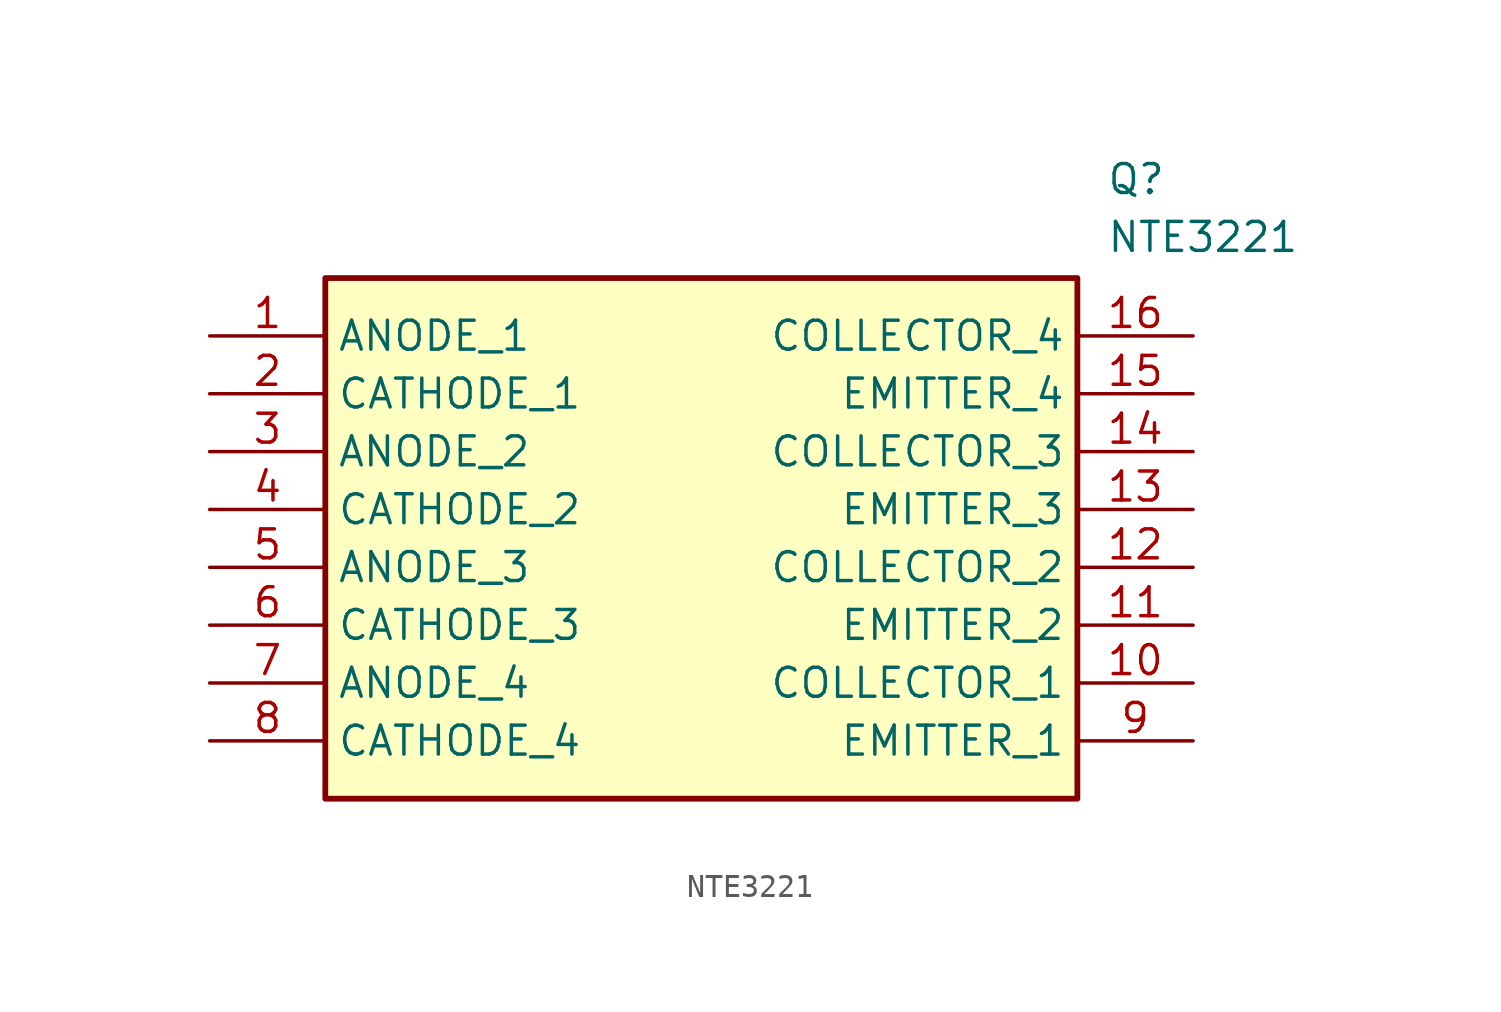
<source format=kicad_sym>
(kicad_symbol_lib
  (version 20211014)
  (generator SamacSys_ECAD_Model)
  (symbol "NTE3221"
    (property "Reference" "Q"
      (at 39.37 7.62 0)
      (effects (font (size 1.27 1.27)) (justify left top)))
    (property "Value" "NTE3221"
      (at 39.37 5.08 0)
      (effects (font (size 1.27 1.27)) (justify left top)))
    (rectangle
      (start 5.08 2.54)
      (end 38.1 -20.32)
      (stroke (width 0.254) (type default))
      (fill (type background)))
    (pin passive line
      (at 0 0 0)
      (length 5.08)
      (name "ANODE_1" (effects (font (size 1.27 1.27))))
      (number "1" (effects (font (size 1.27 1.27)))))
    (pin passive line
      (at 0 -2.54 0)
      (length 5.08)
      (name "CATHODE_1" (effects (font (size 1.27 1.27))))
      (number "2" (effects (font (size 1.27 1.27)))))
    (pin passive line
      (at 0 -5.08 0)
      (length 5.08)
      (name "ANODE_2" (effects (font (size 1.27 1.27))))
      (number "3" (effects (font (size 1.27 1.27)))))
    (pin passive line
      (at 0 -7.62 0)
      (length 5.08)
      (name "CATHODE_2" (effects (font (size 1.27 1.27))))
      (number "4" (effects (font (size 1.27 1.27)))))
    (pin passive line
      (at 0 -10.16 0)
      (length 5.08)
      (name "ANODE_3" (effects (font (size 1.27 1.27))))
      (number "5" (effects (font (size 1.27 1.27)))))
    (pin passive line
      (at 0 -12.7 0)
      (length 5.08)
      (name "CATHODE_3" (effects (font (size 1.27 1.27))))
      (number "6" (effects (font (size 1.27 1.27)))))
    (pin passive line
      (at 0 -15.24 0)
      (length 5.08)
      (name "ANODE_4" (effects (font (size 1.27 1.27))))
      (number "7" (effects (font (size 1.27 1.27)))))
    (pin passive line
      (at 0 -17.78 0)
      (length 5.08)
      (name "CATHODE_4" (effects (font (size 1.27 1.27))))
      (number "8" (effects (font (size 1.27 1.27)))))
    (pin passive line
      (at 43.18 0 180)
      (length 5.08)
      (name "COLLECTOR_4" (effects (font (size 1.27 1.27))))
      (number "16" (effects (font (size 1.27 1.27)))))
    (pin passive line
      (at 43.18 -2.54 180)
      (length 5.08)
      (name "EMITTER_4" (effects (font (size 1.27 1.27))))
      (number "15" (effects (font (size 1.27 1.27)))))
    (pin passive line
      (at 43.18 -5.08 180)
      (length 5.08)
      (name "COLLECTOR_3" (effects (font (size 1.27 1.27))))
      (number "14" (effects (font (size 1.27 1.27)))))
    (pin passive line
      (at 43.18 -7.62 180)
      (length 5.08)
      (name "EMITTER_3" (effects (font (size 1.27 1.27))))
      (number "13" (effects (font (size 1.27 1.27)))))
    (pin passive line
      (at 43.18 -10.16 180)
      (length 5.08)
      (name "COLLECTOR_2" (effects (font (size 1.27 1.27))))
      (number "12" (effects (font (size 1.27 1.27)))))
    (pin passive line
      (at 43.18 -12.7 180)
      (length 5.08)
      (name "EMITTER_2" (effects (font (size 1.27 1.27))))
      (number "11" (effects (font (size 1.27 1.27)))))
    (pin passive line
      (at 43.18 -15.24 180)
      (length 5.08)
      (name "COLLECTOR_1" (effects (font (size 1.27 1.27))))
      (number "10" (effects (font (size 1.27 1.27)))))
    (pin passive line
      (at 43.18 -17.78 180)
      (length 5.08)
      (name "EMITTER_1" (effects (font (size 1.27 1.27))))
      (number "9" (effects (font (size 1.27 1.27)))))))
</source>
